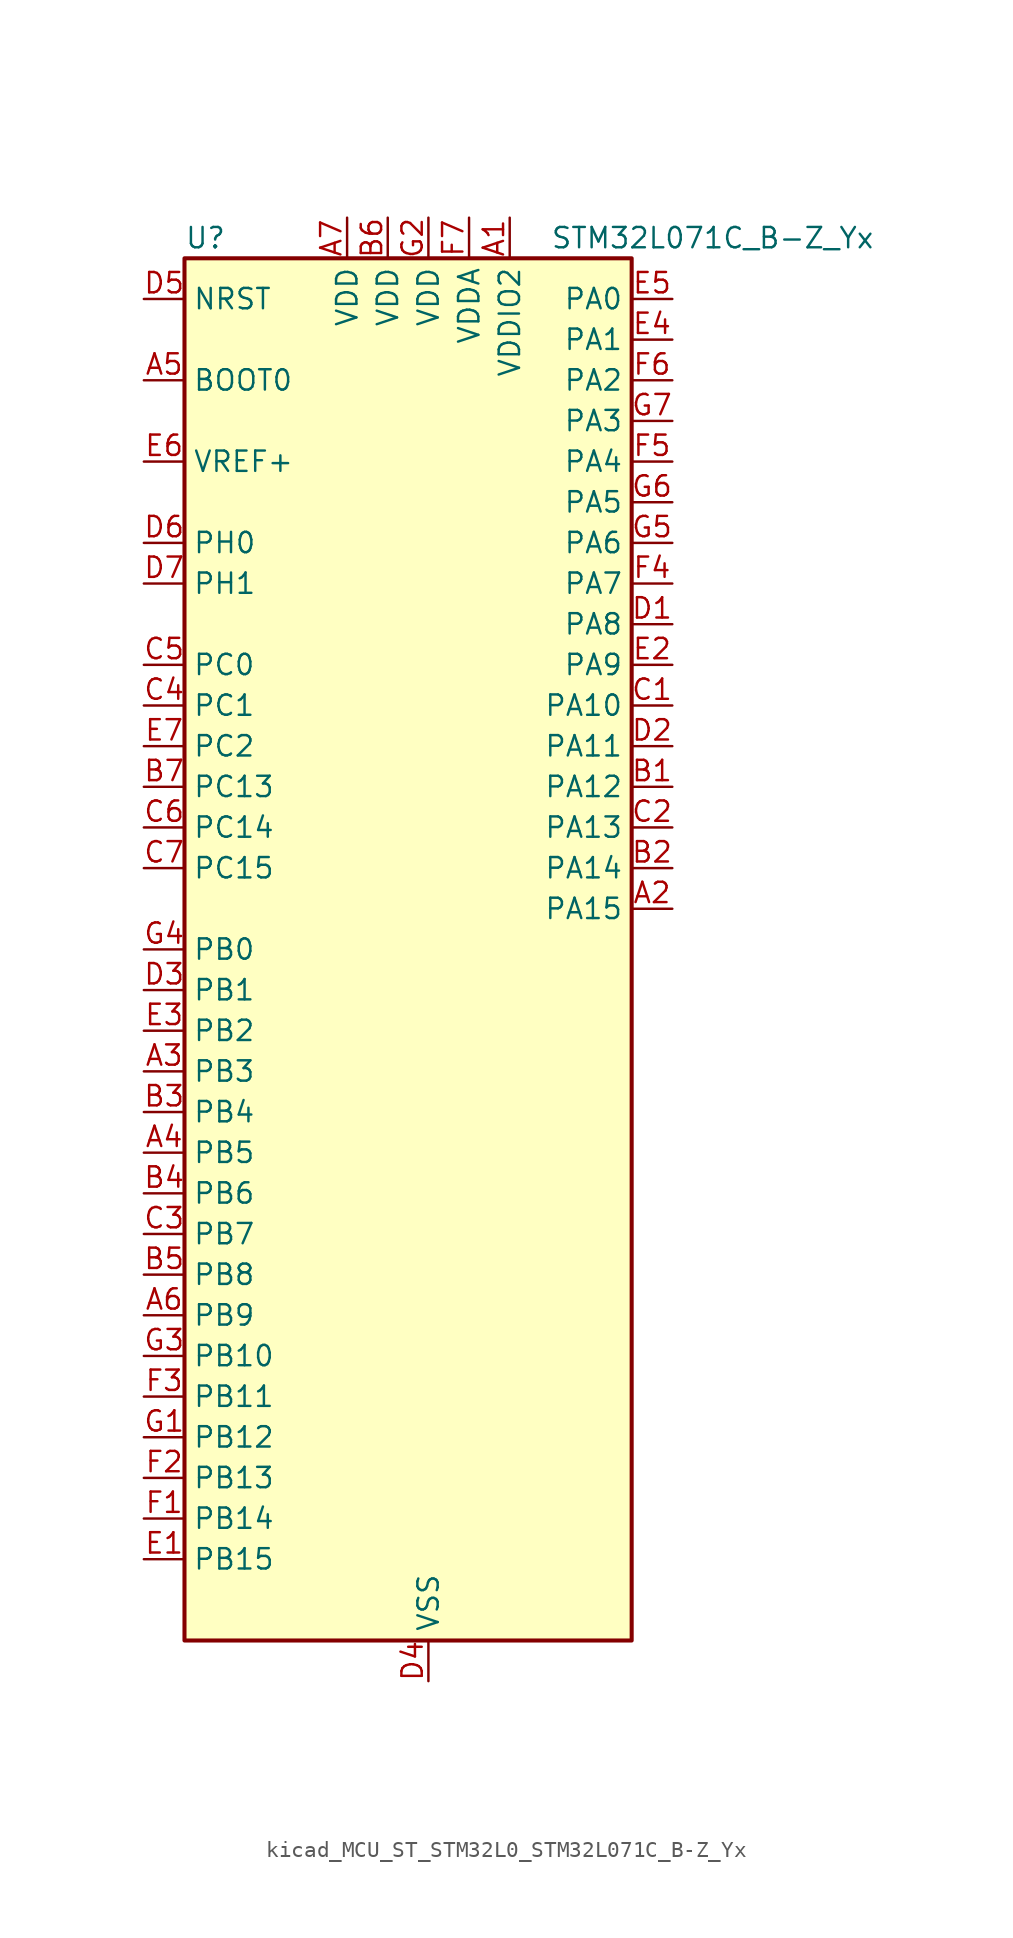
<source format=kicad_sym>
(kicad_symbol_lib
  (version 20220914)
  (generator kicad_symbol_editor)
  (symbol "kicad_MCU_ST_STM32L0_STM32L071C_B-Z_Yx"
    (property "Reference" "U"
      (at -12.7 44.45 0)
      (effects (font (size 1.27 1.27)) (justify left)))
    (property "Value" "STM32L071C_B-Z_Yx"
      (at 10.16 44.45 0)
      (effects (font (size 1.27 1.27)) (justify left)))
    (property "ki_locked" ""
      (at 0 0 0)
      (effects (font (size 1.27 1.27))))
    (symbol "kicad_MCU_ST_STM32L0_STM32L071C_B-Z_Yx_0_1"
      (rectangle (start -12.7 -43.18) (end 15.24 43.18) (stroke (width 0.254) (type default)) (fill (type background))))
    (symbol "kicad_MCU_ST_STM32L0_STM32L071C_B-Z_Yx_1_1"
      (pin power_in line (at 7.62 45.72 270) (length 2.54) (name "VDDIO2" (effects (font (size 1.27 1.27)))) (number "A1" (effects (font (size 1.27 1.27)))))
      (pin bidirectional line (at 17.78 2.54 180) (length 2.54) (name "PA15" (effects (font (size 1.27 1.27)))) (number "A2" (effects (font (size 1.27 1.27)))) (alternate "SPI1_NSS" bidirectional line) (alternate "TIM2_CH1" bidirectional line) (alternate "TIM2_ETR" bidirectional line) (alternate "USART2_RX" bidirectional line) (alternate "USART4_DE" bidirectional line) (alternate "USART4_RTS" bidirectional line))
      (pin bidirectional line (at -15.24 -7.62 0) (length 2.54) (name "PB3" (effects (font (size 1.27 1.27)))) (number "A3" (effects (font (size 1.27 1.27)))) (alternate "COMP2_INM" bidirectional line) (alternate "SPI1_SCK" bidirectional line) (alternate "TIM2_CH2" bidirectional line) (alternate "USART1_DE" bidirectional line) (alternate "USART1_RTS" bidirectional line) (alternate "USART5_TX" bidirectional line))
      (pin bidirectional line (at -15.24 -12.7 0) (length 2.54) (name "PB5" (effects (font (size 1.27 1.27)))) (number "A4" (effects (font (size 1.27 1.27)))) (alternate "COMP2_INP" bidirectional line) (alternate "I2C1_SMBA" bidirectional line) (alternate "LPTIM1_IN1" bidirectional line) (alternate "SPI1_MOSI" bidirectional line) (alternate "TIM22_CH2" bidirectional line) (alternate "TIM3_CH2" bidirectional line) (alternate "USART1_CK" bidirectional line) (alternate "USART5_CK" bidirectional line) (alternate "USART5_DE" bidirectional line) (alternate "USART5_RTS" bidirectional line))
      (pin input line (at -15.24 35.56 0) (length 2.54) (name "BOOT0" (effects (font (size 1.27 1.27)))) (number "A5" (effects (font (size 1.27 1.27)))))
      (pin bidirectional line (at -15.24 -22.86 0) (length 2.54) (name "PB9" (effects (font (size 1.27 1.27)))) (number "A6" (effects (font (size 1.27 1.27)))) (alternate "I2C1_SDA" bidirectional line) (alternate "I2S2_WS" bidirectional line) (alternate "SPI2_NSS" bidirectional line))
      (pin power_in line (at -2.54 45.72 270) (length 2.54) (name "VDD" (effects (font (size 1.27 1.27)))) (number "A7" (effects (font (size 1.27 1.27)))))
      (pin bidirectional line (at 17.78 10.16 180) (length 2.54) (name "PA12" (effects (font (size 1.27 1.27)))) (number "B1" (effects (font (size 1.27 1.27)))) (alternate "COMP2_OUT" bidirectional line) (alternate "SPI1_MOSI" bidirectional line) (alternate "USART1_DE" bidirectional line) (alternate "USART1_RTS" bidirectional line))
      (pin bidirectional line (at 17.78 5.08 180) (length 2.54) (name "PA14" (effects (font (size 1.27 1.27)))) (number "B2" (effects (font (size 1.27 1.27)))) (alternate "LPUART1_TX" bidirectional line) (alternate "SYS_SWCLK" bidirectional line) (alternate "USART2_TX" bidirectional line))
      (pin bidirectional line (at -15.24 -10.16 0) (length 2.54) (name "PB4" (effects (font (size 1.27 1.27)))) (number "B3" (effects (font (size 1.27 1.27)))) (alternate "COMP2_INP" bidirectional line) (alternate "I2C3_SDA" bidirectional line) (alternate "SPI1_MISO" bidirectional line) (alternate "TIM22_CH1" bidirectional line) (alternate "TIM3_CH1" bidirectional line) (alternate "USART1_CTS" bidirectional line) (alternate "USART5_RX" bidirectional line))
      (pin bidirectional line (at -15.24 -15.24 0) (length 2.54) (name "PB6" (effects (font (size 1.27 1.27)))) (number "B4" (effects (font (size 1.27 1.27)))) (alternate "COMP2_INP" bidirectional line) (alternate "I2C1_SCL" bidirectional line) (alternate "LPTIM1_ETR" bidirectional line) (alternate "USART1_TX" bidirectional line))
      (pin bidirectional line (at -15.24 -20.32 0) (length 2.54) (name "PB8" (effects (font (size 1.27 1.27)))) (number "B5" (effects (font (size 1.27 1.27)))) (alternate "I2C1_SCL" bidirectional line))
      (pin power_in line (at 0 45.72 270) (length 2.54) (name "VDD" (effects (font (size 1.27 1.27)))) (number "B6" (effects (font (size 1.27 1.27)))))
      (pin bidirectional line (at -15.24 10.16 0) (length 2.54) (name "PC13" (effects (font (size 1.27 1.27)))) (number "B7" (effects (font (size 1.27 1.27)))) (alternate "RTC_OUT_ALARM" bidirectional line) (alternate "RTC_OUT_CALIB" bidirectional line) (alternate "RTC_TAMP1" bidirectional line) (alternate "RTC_TS" bidirectional line) (alternate "SYS_WKUP2" bidirectional line))
      (pin bidirectional line (at 17.78 15.24 180) (length 2.54) (name "PA10" (effects (font (size 1.27 1.27)))) (number "C1" (effects (font (size 1.27 1.27)))) (alternate "I2C1_SDA" bidirectional line) (alternate "USART1_RX" bidirectional line))
      (pin bidirectional line (at 17.78 7.62 180) (length 2.54) (name "PA13" (effects (font (size 1.27 1.27)))) (number "C2" (effects (font (size 1.27 1.27)))) (alternate "LPUART1_RX" bidirectional line) (alternate "SYS_SWDIO" bidirectional line))
      (pin bidirectional line (at -15.24 -17.78 0) (length 2.54) (name "PB7" (effects (font (size 1.27 1.27)))) (number "C3" (effects (font (size 1.27 1.27)))) (alternate "COMP2_INP" bidirectional line) (alternate "I2C1_SDA" bidirectional line) (alternate "LPTIM1_IN2" bidirectional line) (alternate "SYS_PVD_IN" bidirectional line) (alternate "USART1_RX" bidirectional line) (alternate "USART4_CTS" bidirectional line))
      (pin bidirectional line (at -15.24 15.24 0) (length 2.54) (name "PC1" (effects (font (size 1.27 1.27)))) (number "C4" (effects (font (size 1.27 1.27)))) (alternate "ADC_IN11" bidirectional line) (alternate "I2C3_SDA" bidirectional line) (alternate "LPTIM1_OUT" bidirectional line) (alternate "LPUART1_TX" bidirectional line))
      (pin bidirectional line (at -15.24 17.78 0) (length 2.54) (name "PC0" (effects (font (size 1.27 1.27)))) (number "C5" (effects (font (size 1.27 1.27)))) (alternate "ADC_IN10" bidirectional line) (alternate "I2C3_SCL" bidirectional line) (alternate "LPTIM1_IN1" bidirectional line) (alternate "LPUART1_RX" bidirectional line))
      (pin bidirectional line (at -15.24 7.62 0) (length 2.54) (name "PC14" (effects (font (size 1.27 1.27)))) (number "C6" (effects (font (size 1.27 1.27)))) (alternate "RCC_OSC32_IN" bidirectional line))
      (pin bidirectional line (at -15.24 5.08 0) (length 2.54) (name "PC15" (effects (font (size 1.27 1.27)))) (number "C7" (effects (font (size 1.27 1.27)))) (alternate "RCC_OSC32_OUT" bidirectional line))
      (pin bidirectional line (at 17.78 20.32 180) (length 2.54) (name "PA8" (effects (font (size 1.27 1.27)))) (number "D1" (effects (font (size 1.27 1.27)))) (alternate "I2C3_SCL" bidirectional line) (alternate "RCC_MCO" bidirectional line) (alternate "USART1_CK" bidirectional line))
      (pin bidirectional line (at 17.78 12.7 180) (length 2.54) (name "PA11" (effects (font (size 1.27 1.27)))) (number "D2" (effects (font (size 1.27 1.27)))) (alternate "ADC_EXTI11" bidirectional line) (alternate "COMP1_OUT" bidirectional line) (alternate "SPI1_MISO" bidirectional line) (alternate "USART1_CTS" bidirectional line))
      (pin bidirectional line (at -15.24 -2.54 0) (length 2.54) (name "PB1" (effects (font (size 1.27 1.27)))) (number "D3" (effects (font (size 1.27 1.27)))) (alternate "ADC_IN9" bidirectional line) (alternate "LPUART1_DE" bidirectional line) (alternate "LPUART1_RTS" bidirectional line) (alternate "SYS_VREF_OUT_PB1" bidirectional line) (alternate "TIM3_CH4" bidirectional line))
      (pin power_in line (at 2.54 -45.72 90) (length 2.54) (name "VSS" (effects (font (size 1.27 1.27)))) (number "D4" (effects (font (size 1.27 1.27)))))
      (pin input line (at -15.24 40.64 0) (length 2.54) (name "NRST" (effects (font (size 1.27 1.27)))) (number "D5" (effects (font (size 1.27 1.27)))))
      (pin bidirectional line (at -15.24 25.4 0) (length 2.54) (name "PH0" (effects (font (size 1.27 1.27)))) (number "D6" (effects (font (size 1.27 1.27)))) (alternate "RCC_OSC_IN" bidirectional line))
      (pin bidirectional line (at -15.24 22.86 0) (length 2.54) (name "PH1" (effects (font (size 1.27 1.27)))) (number "D7" (effects (font (size 1.27 1.27)))) (alternate "RCC_OSC_OUT" bidirectional line))
      (pin bidirectional line (at -15.24 -38.1 0) (length 2.54) (name "PB15" (effects (font (size 1.27 1.27)))) (number "E1" (effects (font (size 1.27 1.27)))) (alternate "I2S2_SD" bidirectional line) (alternate "RTC_REFIN" bidirectional line) (alternate "SPI2_MOSI" bidirectional line))
      (pin bidirectional line (at 17.78 17.78 180) (length 2.54) (name "PA9" (effects (font (size 1.27 1.27)))) (number "E2" (effects (font (size 1.27 1.27)))) (alternate "I2C1_SCL" bidirectional line) (alternate "I2C3_SMBA" bidirectional line) (alternate "RCC_MCO" bidirectional line) (alternate "USART1_TX" bidirectional line))
      (pin bidirectional line (at -15.24 -5.08 0) (length 2.54) (name "PB2" (effects (font (size 1.27 1.27)))) (number "E3" (effects (font (size 1.27 1.27)))) (alternate "I2C3_SMBA" bidirectional line) (alternate "LPTIM1_OUT" bidirectional line))
      (pin bidirectional line (at 17.78 38.1 180) (length 2.54) (name "PA1" (effects (font (size 1.27 1.27)))) (number "E4" (effects (font (size 1.27 1.27)))) (alternate "ADC_IN1" bidirectional line) (alternate "COMP1_INP" bidirectional line) (alternate "TIM21_ETR" bidirectional line) (alternate "TIM2_CH2" bidirectional line) (alternate "USART2_DE" bidirectional line) (alternate "USART2_RTS" bidirectional line) (alternate "USART4_RX" bidirectional line))
      (pin bidirectional line (at 17.78 40.64 180) (length 2.54) (name "PA0" (effects (font (size 1.27 1.27)))) (number "E5" (effects (font (size 1.27 1.27)))) (alternate "ADC_IN0" bidirectional line) (alternate "COMP1_INM" bidirectional line) (alternate "COMP1_OUT" bidirectional line) (alternate "RTC_TAMP2" bidirectional line) (alternate "SYS_WKUP1" bidirectional line) (alternate "TIM2_CH1" bidirectional line) (alternate "TIM2_ETR" bidirectional line) (alternate "USART2_CTS" bidirectional line) (alternate "USART4_TX" bidirectional line))
      (pin input line (at -15.24 30.48 0) (length 2.54) (name "VREF+" (effects (font (size 1.27 1.27)))) (number "E6" (effects (font (size 1.27 1.27)))))
      (pin bidirectional line (at -15.24 12.7 0) (length 2.54) (name "PC2" (effects (font (size 1.27 1.27)))) (number "E7" (effects (font (size 1.27 1.27)))) (alternate "ADC_IN12" bidirectional line) (alternate "I2S2_MCK" bidirectional line) (alternate "LPTIM1_IN2" bidirectional line) (alternate "SPI2_MISO" bidirectional line))
      (pin bidirectional line (at -15.24 -35.56 0) (length 2.54) (name "PB14" (effects (font (size 1.27 1.27)))) (number "F1" (effects (font (size 1.27 1.27)))) (alternate "I2C2_SDA" bidirectional line) (alternate "I2S2_MCK" bidirectional line) (alternate "LPUART1_DE" bidirectional line) (alternate "LPUART1_RTS" bidirectional line) (alternate "RTC_OUT_ALARM" bidirectional line) (alternate "RTC_OUT_CALIB" bidirectional line) (alternate "SPI2_MISO" bidirectional line) (alternate "TIM21_CH2" bidirectional line))
      (pin bidirectional line (at -15.24 -33.02 0) (length 2.54) (name "PB13" (effects (font (size 1.27 1.27)))) (number "F2" (effects (font (size 1.27 1.27)))) (alternate "I2C2_SCL" bidirectional line) (alternate "I2S2_CK" bidirectional line) (alternate "LPUART1_CTS" bidirectional line) (alternate "RCC_MCO" bidirectional line) (alternate "SPI2_SCK" bidirectional line) (alternate "TIM21_CH1" bidirectional line))
      (pin bidirectional line (at -15.24 -27.94 0) (length 2.54) (name "PB11" (effects (font (size 1.27 1.27)))) (number "F3" (effects (font (size 1.27 1.27)))) (alternate "ADC_EXTI11" bidirectional line) (alternate "I2C2_SDA" bidirectional line) (alternate "LPUART1_RX" bidirectional line) (alternate "LPUART1_TX" bidirectional line) (alternate "TIM2_CH4" bidirectional line))
      (pin bidirectional line (at 17.78 22.86 180) (length 2.54) (name "PA7" (effects (font (size 1.27 1.27)))) (number "F4" (effects (font (size 1.27 1.27)))) (alternate "ADC_IN7" bidirectional line) (alternate "COMP2_OUT" bidirectional line) (alternate "SPI1_MOSI" bidirectional line) (alternate "TIM22_CH2" bidirectional line) (alternate "TIM3_CH2" bidirectional line))
      (pin bidirectional line (at 17.78 30.48 180) (length 2.54) (name "PA4" (effects (font (size 1.27 1.27)))) (number "F5" (effects (font (size 1.27 1.27)))) (alternate "ADC_IN4" bidirectional line) (alternate "COMP1_INM" bidirectional line) (alternate "COMP2_INM" bidirectional line) (alternate "SPI1_NSS" bidirectional line) (alternate "TIM22_ETR" bidirectional line) (alternate "USART2_CK" bidirectional line))
      (pin bidirectional line (at 17.78 35.56 180) (length 2.54) (name "PA2" (effects (font (size 1.27 1.27)))) (number "F6" (effects (font (size 1.27 1.27)))) (alternate "ADC_IN2" bidirectional line) (alternate "COMP2_INM" bidirectional line) (alternate "COMP2_OUT" bidirectional line) (alternate "LPUART1_TX" bidirectional line) (alternate "TIM21_CH1" bidirectional line) (alternate "TIM2_CH3" bidirectional line) (alternate "USART2_TX" bidirectional line))
      (pin power_in line (at 5.08 45.72 270) (length 2.54) (name "VDDA" (effects (font (size 1.27 1.27)))) (number "F7" (effects (font (size 1.27 1.27)))))
      (pin bidirectional line (at -15.24 -30.48 0) (length 2.54) (name "PB12" (effects (font (size 1.27 1.27)))) (number "G1" (effects (font (size 1.27 1.27)))) (alternate "I2S2_WS" bidirectional line) (alternate "LPUART1_DE" bidirectional line) (alternate "LPUART1_RTS" bidirectional line) (alternate "SPI2_NSS" bidirectional line))
      (pin power_in line (at 2.54 45.72 270) (length 2.54) (name "VDD" (effects (font (size 1.27 1.27)))) (number "G2" (effects (font (size 1.27 1.27)))))
      (pin bidirectional line (at -15.24 -25.4 0) (length 2.54) (name "PB10" (effects (font (size 1.27 1.27)))) (number "G3" (effects (font (size 1.27 1.27)))) (alternate "I2C2_SCL" bidirectional line) (alternate "LPUART1_RX" bidirectional line) (alternate "LPUART1_TX" bidirectional line) (alternate "SPI2_SCK" bidirectional line) (alternate "TIM2_CH3" bidirectional line))
      (pin bidirectional line (at -15.24 0 0) (length 2.54) (name "PB0" (effects (font (size 1.27 1.27)))) (number "G4" (effects (font (size 1.27 1.27)))) (alternate "ADC_IN8" bidirectional line) (alternate "SYS_VREF_OUT_PB0" bidirectional line) (alternate "TIM3_CH3" bidirectional line))
      (pin bidirectional line (at 17.78 25.4 180) (length 2.54) (name "PA6" (effects (font (size 1.27 1.27)))) (number "G5" (effects (font (size 1.27 1.27)))) (alternate "ADC_IN6" bidirectional line) (alternate "COMP1_OUT" bidirectional line) (alternate "LPUART1_CTS" bidirectional line) (alternate "SPI1_MISO" bidirectional line) (alternate "TIM22_CH1" bidirectional line) (alternate "TIM3_CH1" bidirectional line))
      (pin bidirectional line (at 17.78 27.94 180) (length 2.54) (name "PA5" (effects (font (size 1.27 1.27)))) (number "G6" (effects (font (size 1.27 1.27)))) (alternate "ADC_IN5" bidirectional line) (alternate "COMP1_INM" bidirectional line) (alternate "COMP2_INM" bidirectional line) (alternate "SPI1_SCK" bidirectional line) (alternate "TIM2_CH1" bidirectional line) (alternate "TIM2_ETR" bidirectional line))
      (pin bidirectional line (at 17.78 33.02 180) (length 2.54) (name "PA3" (effects (font (size 1.27 1.27)))) (number "G7" (effects (font (size 1.27 1.27)))) (alternate "ADC_IN3" bidirectional line) (alternate "COMP2_INP" bidirectional line) (alternate "LPUART1_RX" bidirectional line) (alternate "TIM21_CH2" bidirectional line) (alternate "TIM2_CH4" bidirectional line) (alternate "USART2_RX" bidirectional line)))))
</source>
